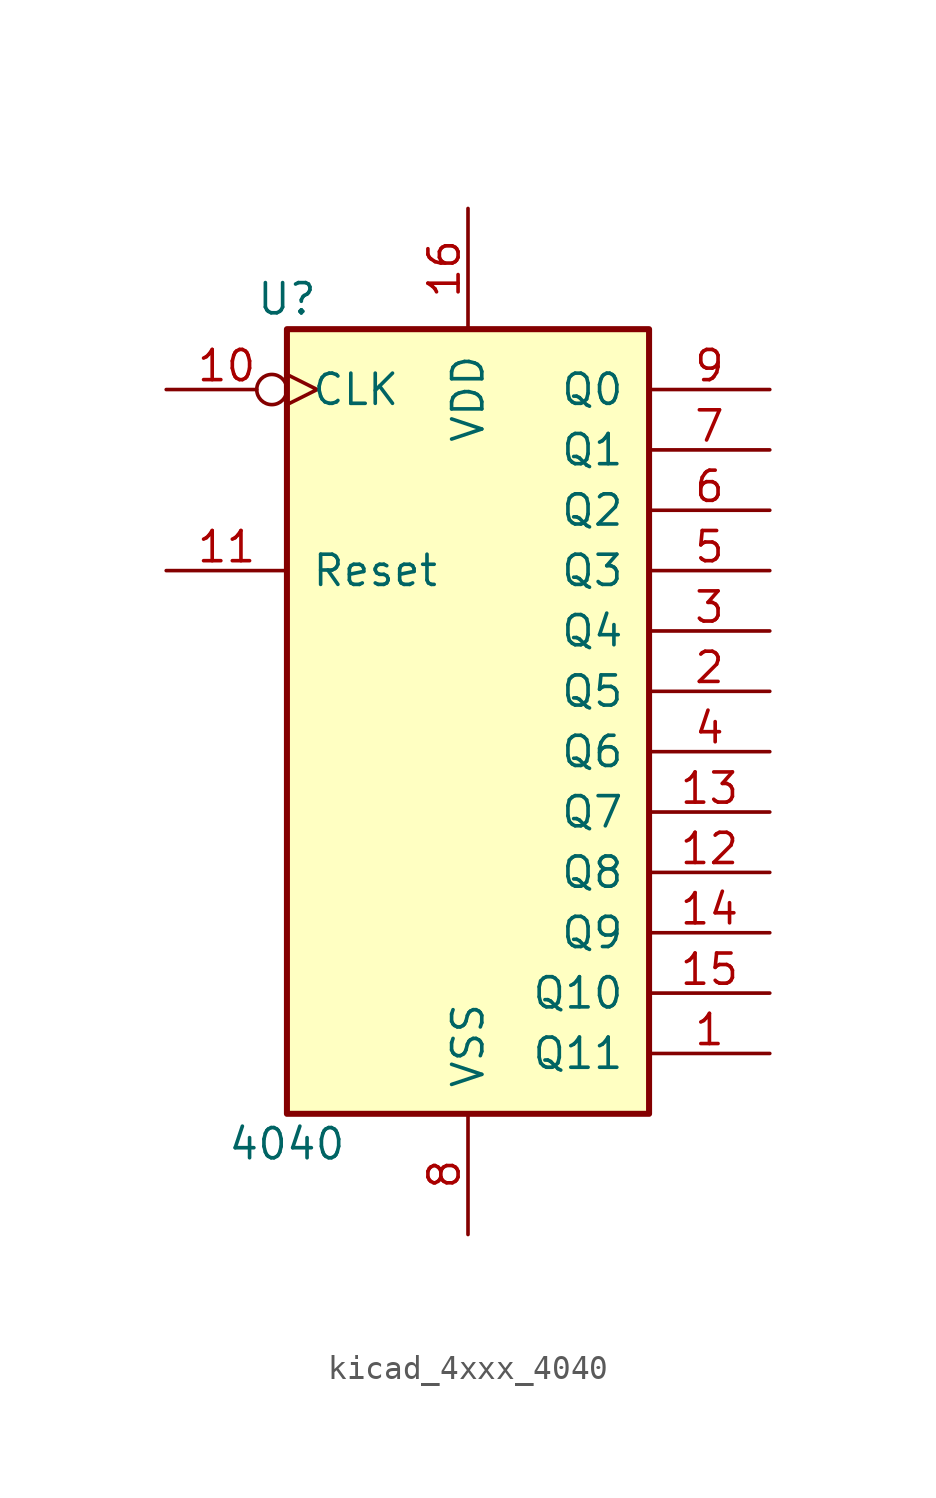
<source format=kicad_sym>
(kicad_symbol_lib
  (version 20220914)
  (generator kicad_symbol_editor)
  (symbol "kicad_4xxx_4040"
    (pin_names
      (offset 1.016))
    (property "Reference" "U"
      (at -7.62 16.51 0)
      (effects (font (size 1.27 1.27))))
    (property "Value" "4040"
      (at -7.62 -19.05 0)
      (effects (font (size 1.27 1.27))))
    (property "ki_locked" ""
      (at 0 0 0)
      (effects (font (size 1.27 1.27))))
    (symbol "kicad_4xxx_4040_1_0"
      (pin output line (at 12.7 -15.24 180) (length 5.08) (name "Q11" (effects (font (size 1.27 1.27)))) (number "1" (effects (font (size 1.27 1.27)))))
      (pin input inverted_clock (at -12.7 12.7 0) (length 5.08) (name "CLK" (effects (font (size 1.27 1.27)))) (number "10" (effects (font (size 1.27 1.27)))))
      (pin input line (at -12.7 5.08 0) (length 5.08) (name "Reset" (effects (font (size 1.27 1.27)))) (number "11" (effects (font (size 1.27 1.27)))))
      (pin output line (at 12.7 -7.62 180) (length 5.08) (name "Q8" (effects (font (size 1.27 1.27)))) (number "12" (effects (font (size 1.27 1.27)))))
      (pin output line (at 12.7 -5.08 180) (length 5.08) (name "Q7" (effects (font (size 1.27 1.27)))) (number "13" (effects (font (size 1.27 1.27)))))
      (pin output line (at 12.7 -10.16 180) (length 5.08) (name "Q9" (effects (font (size 1.27 1.27)))) (number "14" (effects (font (size 1.27 1.27)))))
      (pin output line (at 12.7 -12.7 180) (length 5.08) (name "Q10" (effects (font (size 1.27 1.27)))) (number "15" (effects (font (size 1.27 1.27)))))
      (pin power_in line (at 0 20.32 270) (length 5.08) (name "VDD" (effects (font (size 1.27 1.27)))) (number "16" (effects (font (size 1.27 1.27)))))
      (pin output line (at 12.7 0 180) (length 5.08) (name "Q5" (effects (font (size 1.27 1.27)))) (number "2" (effects (font (size 1.27 1.27)))))
      (pin output line (at 12.7 2.54 180) (length 5.08) (name "Q4" (effects (font (size 1.27 1.27)))) (number "3" (effects (font (size 1.27 1.27)))))
      (pin output line (at 12.7 -2.54 180) (length 5.08) (name "Q6" (effects (font (size 1.27 1.27)))) (number "4" (effects (font (size 1.27 1.27)))))
      (pin output line (at 12.7 5.08 180) (length 5.08) (name "Q3" (effects (font (size 1.27 1.27)))) (number "5" (effects (font (size 1.27 1.27)))))
      (pin output line (at 12.7 7.62 180) (length 5.08) (name "Q2" (effects (font (size 1.27 1.27)))) (number "6" (effects (font (size 1.27 1.27)))))
      (pin output line (at 12.7 10.16 180) (length 5.08) (name "Q1" (effects (font (size 1.27 1.27)))) (number "7" (effects (font (size 1.27 1.27)))))
      (pin power_in line (at 0 -22.86 90) (length 5.08) (name "VSS" (effects (font (size 1.27 1.27)))) (number "8" (effects (font (size 1.27 1.27)))))
      (pin output line (at 12.7 12.7 180) (length 5.08) (name "Q0" (effects (font (size 1.27 1.27)))) (number "9" (effects (font (size 1.27 1.27))))))
    (symbol "kicad_4xxx_4040_1_1"
      (rectangle (start -7.62 15.24) (end 7.62 -17.78) (stroke (width 0.254) (type default)) (fill (type background))))))
</source>
